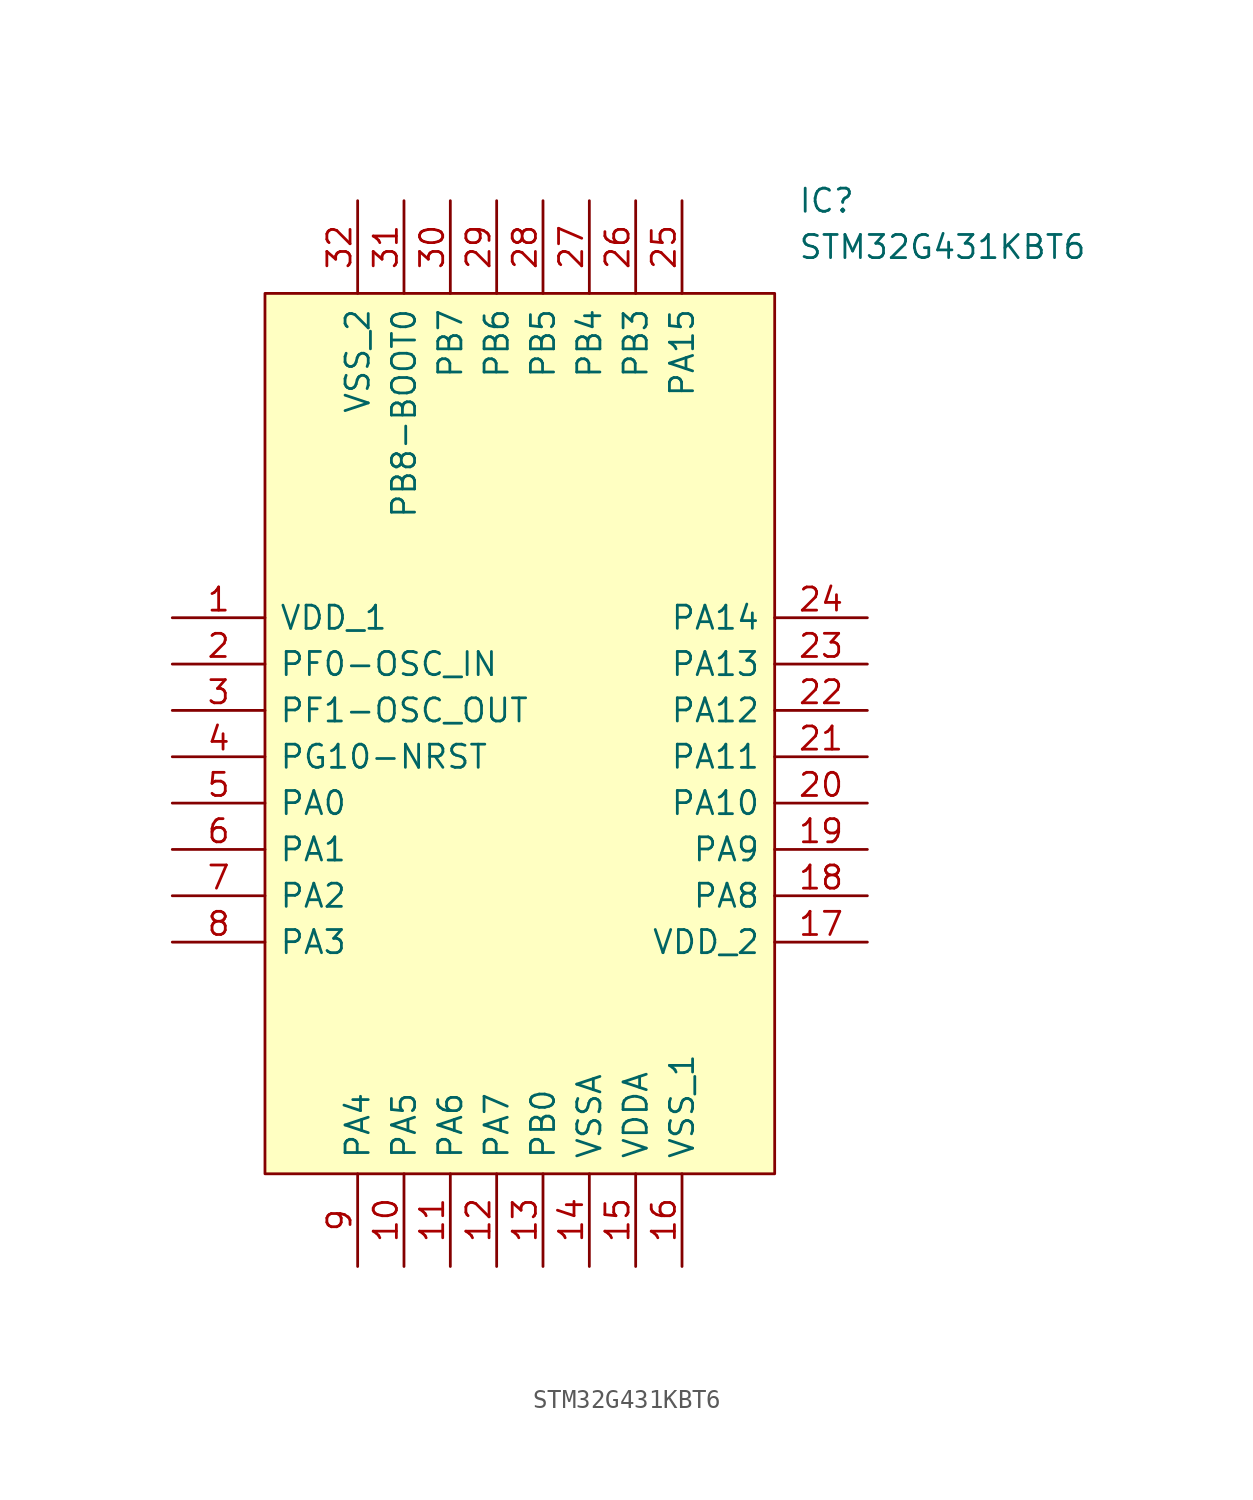
<source format=kicad_sym>
(kicad_symbol_lib
  (version 20220914)
  (generator kicad_symbol_editor)
  (symbol "STM32G431KBT6"
    (pin_names
      (offset 0.762))
    (property "Reference" "IC"
      (at 34.29 22.86 0)
      (effects (font (size 1.27 1.27)) (justify left)))
    (property "Value" "STM32G431KBT6"
      (at 34.29 20.32 0)
      (effects (font (size 1.27 1.27)) (justify left)))
    (symbol "STM32G431KBT6_0_0"
      (pin passive line (at 0 0 0) (length 5.08) (name "VDD_1" (effects (font (size 1.27 1.27)))) (number "1" (effects (font (size 1.27 1.27)))))
      (pin passive line (at 12.7 -35.56 90) (length 5.08) (name "PA5" (effects (font (size 1.27 1.27)))) (number "10" (effects (font (size 1.27 1.27)))))
      (pin passive line (at 15.24 -35.56 90) (length 5.08) (name "PA6" (effects (font (size 1.27 1.27)))) (number "11" (effects (font (size 1.27 1.27)))))
      (pin passive line (at 17.78 -35.56 90) (length 5.08) (name "PA7" (effects (font (size 1.27 1.27)))) (number "12" (effects (font (size 1.27 1.27)))))
      (pin passive line (at 20.32 -35.56 90) (length 5.08) (name "PB0" (effects (font (size 1.27 1.27)))) (number "13" (effects (font (size 1.27 1.27)))))
      (pin passive line (at 22.86 -35.56 90) (length 5.08) (name "VSSA" (effects (font (size 1.27 1.27)))) (number "14" (effects (font (size 1.27 1.27)))))
      (pin passive line (at 25.4 -35.56 90) (length 5.08) (name "VDDA" (effects (font (size 1.27 1.27)))) (number "15" (effects (font (size 1.27 1.27)))))
      (pin passive line (at 27.94 -35.56 90) (length 5.08) (name "VSS_1" (effects (font (size 1.27 1.27)))) (number "16" (effects (font (size 1.27 1.27)))))
      (pin passive line (at 38.1 -17.78 180) (length 5.08) (name "VDD_2" (effects (font (size 1.27 1.27)))) (number "17" (effects (font (size 1.27 1.27)))))
      (pin passive line (at 38.1 -15.24 180) (length 5.08) (name "PA8" (effects (font (size 1.27 1.27)))) (number "18" (effects (font (size 1.27 1.27)))))
      (pin passive line (at 38.1 -12.7 180) (length 5.08) (name "PA9" (effects (font (size 1.27 1.27)))) (number "19" (effects (font (size 1.27 1.27)))))
      (pin passive line (at 0 -2.54 0) (length 5.08) (name "PF0-OSC_IN" (effects (font (size 1.27 1.27)))) (number "2" (effects (font (size 1.27 1.27)))))
      (pin passive line (at 38.1 -10.16 180) (length 5.08) (name "PA10" (effects (font (size 1.27 1.27)))) (number "20" (effects (font (size 1.27 1.27)))))
      (pin passive line (at 38.1 -7.62 180) (length 5.08) (name "PA11" (effects (font (size 1.27 1.27)))) (number "21" (effects (font (size 1.27 1.27)))))
      (pin passive line (at 38.1 -5.08 180) (length 5.08) (name "PA12" (effects (font (size 1.27 1.27)))) (number "22" (effects (font (size 1.27 1.27)))))
      (pin passive line (at 38.1 -2.54 180) (length 5.08) (name "PA13" (effects (font (size 1.27 1.27)))) (number "23" (effects (font (size 1.27 1.27)))))
      (pin passive line (at 38.1 0 180) (length 5.08) (name "PA14" (effects (font (size 1.27 1.27)))) (number "24" (effects (font (size 1.27 1.27)))))
      (pin passive line (at 27.94 22.86 270) (length 5.08) (name "PA15" (effects (font (size 1.27 1.27)))) (number "25" (effects (font (size 1.27 1.27)))))
      (pin passive line (at 25.4 22.86 270) (length 5.08) (name "PB3" (effects (font (size 1.27 1.27)))) (number "26" (effects (font (size 1.27 1.27)))))
      (pin passive line (at 22.86 22.86 270) (length 5.08) (name "PB4" (effects (font (size 1.27 1.27)))) (number "27" (effects (font (size 1.27 1.27)))))
      (pin passive line (at 20.32 22.86 270) (length 5.08) (name "PB5" (effects (font (size 1.27 1.27)))) (number "28" (effects (font (size 1.27 1.27)))))
      (pin passive line (at 17.78 22.86 270) (length 5.08) (name "PB6" (effects (font (size 1.27 1.27)))) (number "29" (effects (font (size 1.27 1.27)))))
      (pin passive line (at 0 -5.08 0) (length 5.08) (name "PF1-OSC_OUT" (effects (font (size 1.27 1.27)))) (number "3" (effects (font (size 1.27 1.27)))))
      (pin passive line (at 15.24 22.86 270) (length 5.08) (name "PB7" (effects (font (size 1.27 1.27)))) (number "30" (effects (font (size 1.27 1.27)))))
      (pin passive line (at 12.7 22.86 270) (length 5.08) (name "PB8-BOOT0" (effects (font (size 1.27 1.27)))) (number "31" (effects (font (size 1.27 1.27)))))
      (pin passive line (at 10.16 22.86 270) (length 5.08) (name "VSS_2" (effects (font (size 1.27 1.27)))) (number "32" (effects (font (size 1.27 1.27)))))
      (pin passive line (at 0 -7.62 0) (length 5.08) (name "PG10-NRST" (effects (font (size 1.27 1.27)))) (number "4" (effects (font (size 1.27 1.27)))))
      (pin passive line (at 0 -10.16 0) (length 5.08) (name "PA0" (effects (font (size 1.27 1.27)))) (number "5" (effects (font (size 1.27 1.27)))))
      (pin passive line (at 0 -12.7 0) (length 5.08) (name "PA1" (effects (font (size 1.27 1.27)))) (number "6" (effects (font (size 1.27 1.27)))))
      (pin passive line (at 0 -15.24 0) (length 5.08) (name "PA2" (effects (font (size 1.27 1.27)))) (number "7" (effects (font (size 1.27 1.27)))))
      (pin passive line (at 0 -17.78 0) (length 5.08) (name "PA3" (effects (font (size 1.27 1.27)))) (number "8" (effects (font (size 1.27 1.27)))))
      (pin passive line (at 10.16 -35.56 90) (length 5.08) (name "PA4" (effects (font (size 1.27 1.27)))) (number "9" (effects (font (size 1.27 1.27))))))
    (symbol "STM32G431KBT6_1_1"
      (polyline (pts (xy 5.08 17.78) (xy 33.02 17.78) (xy 33.02 -30.48) (xy 5.08 -30.48) (xy 5.08 17.78)) (stroke (width 0.152) (type solid)) (fill (type background))))))
</source>
